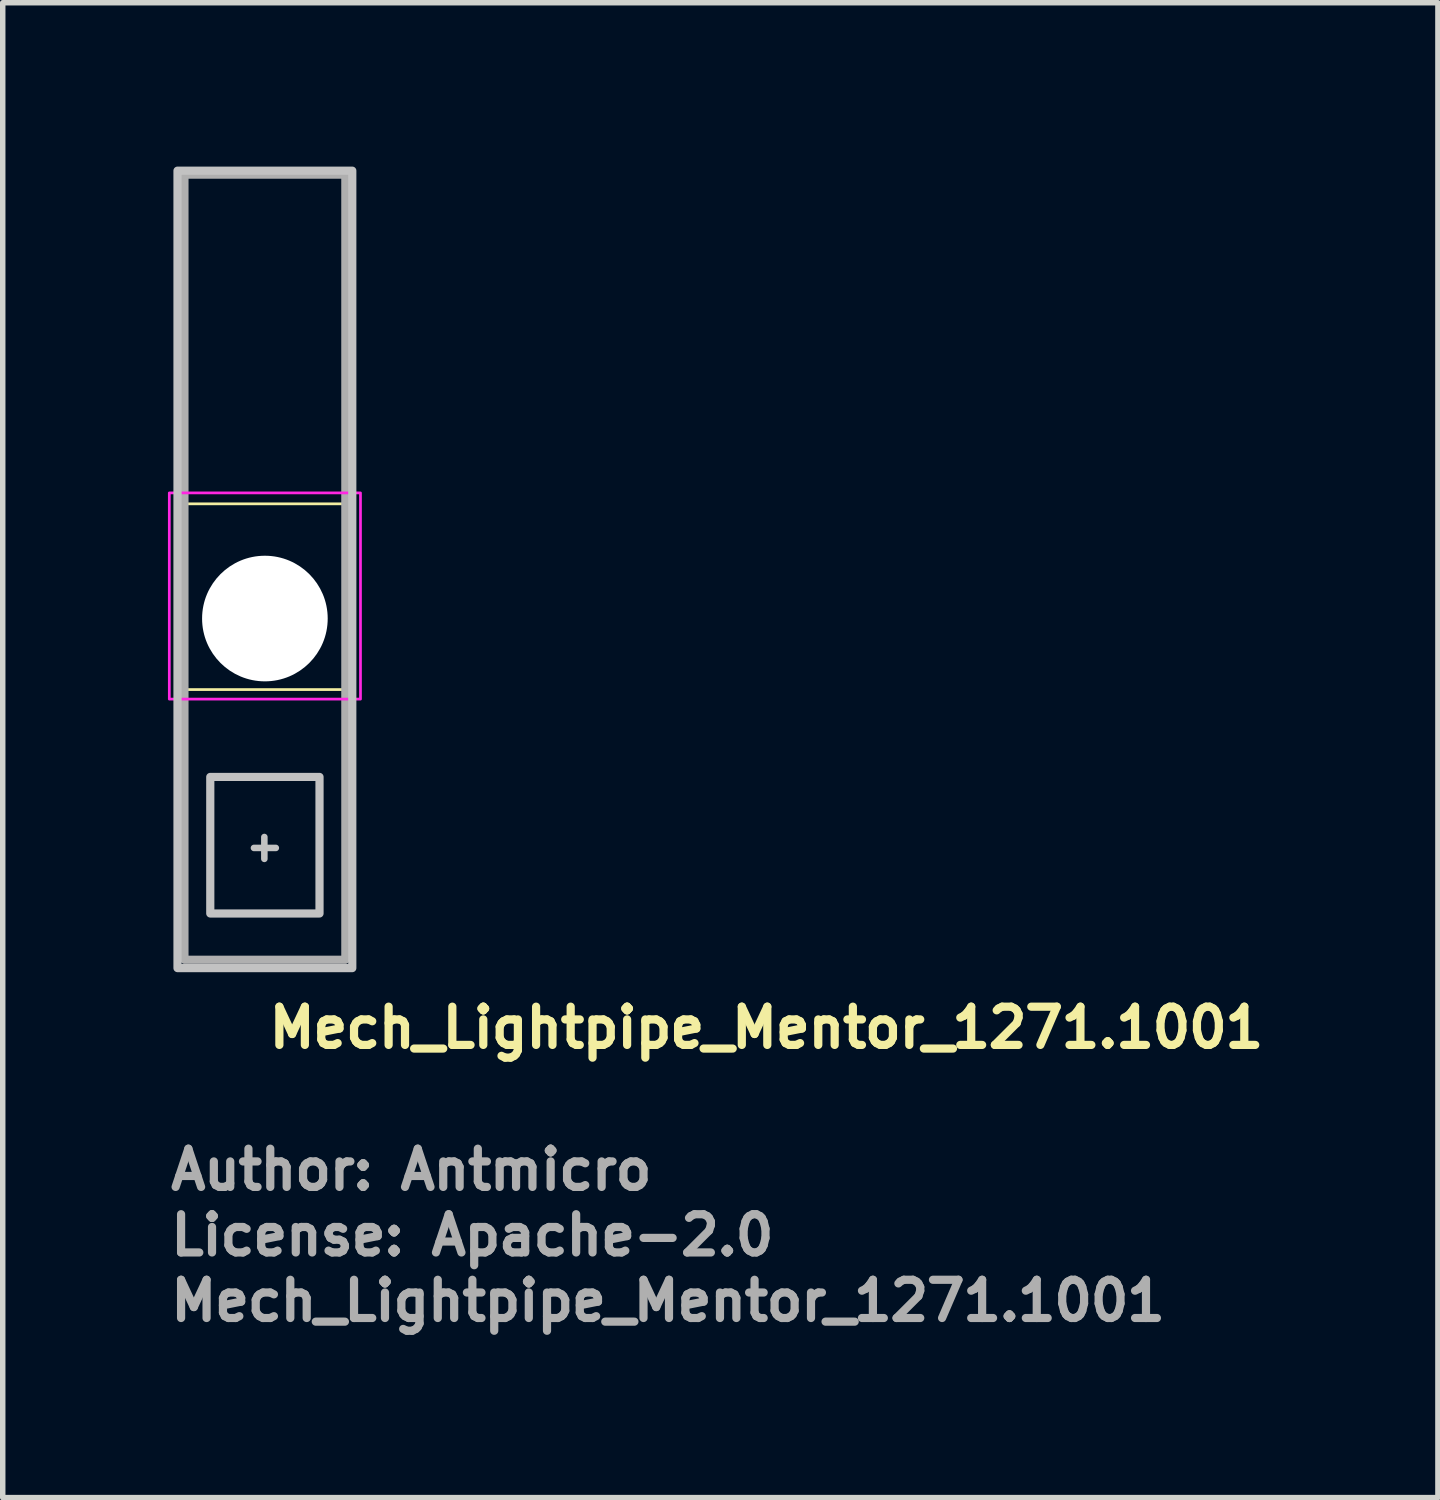
<source format=kicad_pcb>
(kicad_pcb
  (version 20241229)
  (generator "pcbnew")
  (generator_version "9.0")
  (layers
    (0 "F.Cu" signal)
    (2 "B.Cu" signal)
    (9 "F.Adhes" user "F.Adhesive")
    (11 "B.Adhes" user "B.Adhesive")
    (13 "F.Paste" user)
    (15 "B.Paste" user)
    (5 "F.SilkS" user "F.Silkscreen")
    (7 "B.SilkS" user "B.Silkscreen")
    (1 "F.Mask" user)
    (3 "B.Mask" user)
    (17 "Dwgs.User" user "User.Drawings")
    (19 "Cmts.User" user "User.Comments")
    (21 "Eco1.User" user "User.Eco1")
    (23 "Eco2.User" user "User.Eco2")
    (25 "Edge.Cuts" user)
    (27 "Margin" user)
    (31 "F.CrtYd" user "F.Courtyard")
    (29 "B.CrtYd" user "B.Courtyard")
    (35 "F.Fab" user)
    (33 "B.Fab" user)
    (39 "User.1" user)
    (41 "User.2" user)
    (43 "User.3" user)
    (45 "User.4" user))
  (footprint "Mech_Lightpipe_Mentor_1271.1001"
    (layer "F.Cu")
    (at 1.8 8.275)
    (property "Reference" "Mech_Lightpipe_Mentor_1271.1001" (at 0 7.9 0) (unlocked yes) (layer "F.SilkS") (effects (font (size 0.7 0.7) (thickness 0.15)) (justify left bottom)))
    (attr through_hole)
    (fp_rect (start -1.55 -2.1) (end 1.55 1.3) (stroke (width 0.05) (type solid)) (fill no) (layer "F.SilkS"))
    (fp_line (start -0.01 4) (end -0.01 4.4) (stroke (width 0.12) (type solid)) (layer "Dwgs.User"))
    (fp_line (start 0.2 4.2) (end -0.2 4.2) (stroke (width 0.12) (type solid)) (layer "Dwgs.User"))
    (fp_rect (start -1.6 6.4) (end 1.6 -8.2) (stroke (width 0.15) (type solid)) (fill no) (layer "Dwgs.User"))
    (fp_rect (start -1 5.4) (end 1 2.9) (stroke (width 0.15) (type solid)) (fill no) (layer "Dwgs.User"))
    (fp_rect (start -1.75 -2.3) (end 1.75 1.475) (stroke (width 0.05) (type solid)) (fill no) (layer "F.CrtYd"))
    (fp_rect (start -1.473 -8.128) (end 1.473 6.248) (stroke (width 0.15) (type solid)) (fill no) (layer "F.Fab"))
    (fp_rect (start -1.5 -8.09) (end 1.5 6.309) (stroke (width 0.1) (type solid)) (fill no) (layer "User.5"))
    (fp_line (start -1.5 -7.889) (end -1.462 -7.889) (stroke (width 0.02) (type solid)) (layer "User.9"))
    (fp_line (start -1.5 -4.09) (end -1.5 -7.889) (stroke (width 0.02) (type solid)) (layer "User.9"))
    (fp_line (start -1.5 -4.09) (end -1.5 -4.089) (stroke (width 0.02) (type solid)) (layer "User.9"))
    (fp_line (start -1.5 -4.09) (end -1.5 -4.089) (stroke (width 0.02) (type solid)) (layer "User.9"))
    (fp_line (start -1.5 -4.089) (end -1.5 -3.872) (stroke (width 0.02) (type solid)) (layer "User.9"))
    (fp_line (start -1.5 -3.872) (end -1.5 -4.089) (stroke (width 0.02) (type solid)) (layer "User.9"))
    (fp_line (start -1.5 -3.872) (end -1.5 -3.872) (stroke (width 0.02) (type solid)) (layer "User.9"))
    (fp_line (start -1.5 -3.872) (end -1.5 -3.872) (stroke (width 0.02) (type solid)) (layer "User.9"))
    (fp_line (start -1.5 -3.872) (end -1.5 -3.31) (stroke (width 0.02) (type solid)) (layer "User.9"))
    (fp_line (start -1.5 -3.39) (end -1.5 -3.872) (stroke (width 0.02) (type solid)) (layer "User.9"))
    (fp_line (start -1.5 -3.39) (end -1.5 -3.39) (stroke (width 0.02) (type solid)) (layer "User.9"))
    (fp_line (start -1.5 -2.59) (end -1.5 -3.39) (stroke (width 0.02) (type solid)) (layer "User.9"))
    (fp_line (start -1.5 1.26) (end -1.5 -2.59) (stroke (width 0.02) (type solid)) (layer "User.9"))
    (fp_line (start -1.5 3.173) (end -1.5 1.26) (stroke (width 0.02) (type solid)) (layer "User.9"))
    (fp_line (start -1.5 3.173) (end -1.5 3.173) (stroke (width 0.02) (type solid)) (layer "User.9"))
    (fp_line (start -1.5 3.678) (end -1.5 3.173) (stroke (width 0.02) (type solid)) (layer "User.9"))
    (fp_line (start -1.5 3.678) (end -1.5 3.678) (stroke (width 0.02) (type solid)) (layer "User.9"))
    (fp_line (start -1.5 3.92) (end -1.5 3.678) (stroke (width 0.02) (type solid)) (layer "User.9"))
    (fp_line (start -1.5 3.92) (end -1.5 3.92) (stroke (width 0.02) (type solid)) (layer "User.9"))
    (fp_line (start -1.5 4.152) (end -1.5 3.92) (stroke (width 0.02) (type solid)) (layer "User.9"))
    (fp_line (start -1.5 4.152) (end -1.5 4.152) (stroke (width 0.02) (type solid)) (layer "User.9"))
    (fp_line (start -1.5 4.377) (end -1.5 4.152) (stroke (width 0.02) (type solid)) (layer "User.9"))
    (fp_line (start -1.5 4.377) (end -1.5 4.377) (stroke (width 0.02) (type solid)) (layer "User.9"))
    (fp_line (start -1.5 4.591) (end -1.5 4.377) (stroke (width 0.02) (type solid)) (layer "User.9"))
    (fp_line (start -1.5 4.591) (end -1.5 4.591) (stroke (width 0.02) (type solid)) (layer "User.9"))
    (fp_line (start -1.5 4.795) (end -1.5 4.591) (stroke (width 0.02) (type solid)) (layer "User.9"))
    (fp_line (start -1.5 4.795) (end -1.5 6.017) (stroke (width 0.02) (type solid)) (layer "User.9"))
    (fp_line (start -1.5 6.309) (end -1.5 6.017) (stroke (width 0.02) (type solid)) (layer "User.9"))
    (fp_line (start -1.49 -4.09) (end -1.5 -4.09) (stroke (width 0.02) (type solid)) (layer "User.9"))
    (fp_line (start -1.49 -4.09) (end -1.49 -4.09) (stroke (width 0.02) (type solid)) (layer "User.9"))
    (fp_line (start -1.462 -7.889) (end -1.462 -7.889) (stroke (width 0.02) (type solid)) (layer "User.9"))
    (fp_line (start -1.462 -7.889) (end -1.351 -7.889) (stroke (width 0.02) (type solid)) (layer "User.9"))
    (fp_line (start -1.462 -4.09) (end -1.49 -4.09) (stroke (width 0.02) (type solid)) (layer "User.9"))
    (fp_line (start -1.462 -4.09) (end -1.462 -4.09) (stroke (width 0.02) (type solid)) (layer "User.9"))
    (fp_line (start -1.437 -2.696) (end -1.5 -2.59) (stroke (width 0.02) (type solid)) (layer "User.9"))
    (fp_line (start -1.415 -4.09) (end -1.462 -4.09) (stroke (width 0.02) (type solid)) (layer "User.9"))
    (fp_line (start -1.415 -4.09) (end -1.415 -4.09) (stroke (width 0.02) (type solid)) (layer "User.9"))
    (fp_line (start -1.373 -2.801) (end -1.437 -2.696) (stroke (width 0.02) (type solid)) (layer "User.9"))
    (fp_line (start -1.351 -7.889) (end -1.351 -7.889) (stroke (width 0.02) (type solid)) (layer "User.9"))
    (fp_line (start -1.351 -7.889) (end -1.172 -7.889) (stroke (width 0.02) (type solid)) (layer "User.9"))
    (fp_line (start -1.351 -4.09) (end -1.415 -4.09) (stroke (width 0.02) (type solid)) (layer "User.9"))
    (fp_line (start -1.351 -4.09) (end -1.351 -4.09) (stroke (width 0.02) (type solid)) (layer "User.9"))
    (fp_line (start -1.307 -2.906) (end -1.373 -2.801) (stroke (width 0.02) (type solid)) (layer "User.9"))
    (fp_line (start -1.27 -4.09) (end -1.351 -4.09) (stroke (width 0.02) (type solid)) (layer "User.9"))
    (fp_line (start -1.27 -4.09) (end -1.27 -4.09) (stroke (width 0.02) (type solid)) (layer "User.9"))
    (fp_line (start -1.241 -3.009) (end -1.307 -2.906) (stroke (width 0.02) (type solid)) (layer "User.9"))
    (fp_line (start -1.173 -3.113) (end -1.241 -3.009) (stroke (width 0.02) (type solid)) (layer "User.9"))
    (fp_line (start -1.172 -7.889) (end -1.172 -7.889) (stroke (width 0.02) (type solid)) (layer "User.9"))
    (fp_line (start -1.172 -7.889) (end -0.935 -7.889) (stroke (width 0.02) (type solid)) (layer "User.9"))
    (fp_line (start -1.172 -4.09) (end -1.27 -4.09) (stroke (width 0.02) (type solid)) (layer "User.9"))
    (fp_line (start -1.172 -4.09) (end -1.172 -4.09) (stroke (width 0.02) (type solid)) (layer "User.9"))
    (fp_line (start -1.104 -3.214) (end -1.173 -3.113) (stroke (width 0.02) (type solid)) (layer "User.9"))
    (fp_line (start -1.06 -4.09) (end -1.172 -4.09) (stroke (width 0.02) (type solid)) (layer "User.9"))
    (fp_line (start -1.06 -4.09) (end -1.06 -4.09) (stroke (width 0.02) (type solid)) (layer "User.9"))
    (fp_line (start -1.032 -3.314) (end -1.104 -3.214) (stroke (width 0.02) (type solid)) (layer "User.9"))
    (fp_line (start -1 -8.09) (end -1.115 -7.889) (stroke (width 0.02) (type solid)) (layer "User.9"))
    (fp_line (start -0.974 -8.09) (end -1 -8.09) (stroke (width 0.02) (type solid)) (layer "User.9"))
    (fp_line (start -0.974 -8.09) (end -0.974 -8.09) (stroke (width 0.02) (type solid)) (layer "User.9"))
    (fp_line (start -0.959 -3.412) (end -1.032 -3.314) (stroke (width 0.02) (type solid)) (layer "User.9"))
    (fp_line (start -0.959 -3.412) (end -0.959 -3.412) (stroke (width 0.02) (type solid)) (layer "User.9"))
    (fp_line (start -0.935 -7.889) (end -0.935 -7.889) (stroke (width 0.02) (type solid)) (layer "User.9"))
    (fp_line (start -0.935 -7.889) (end -0.65 -7.889) (stroke (width 0.02) (type solid)) (layer "User.9"))
    (fp_line (start -0.935 -4.09) (end -1.06 -4.09) (stroke (width 0.02) (type solid)) (layer "User.9"))
    (fp_line (start -0.935 -4.09) (end -0.935 -4.09) (stroke (width 0.02) (type solid)) (layer "User.9"))
    (fp_line (start -0.906 -3.479) (end -0.959 -3.412) (stroke (width 0.02) (type solid)) (layer "User.9"))
    (fp_line (start -0.9 -8.09) (end -0.974 -8.09) (stroke (width 0.02) (type solid)) (layer "User.9"))
    (fp_line (start -0.9 -8.09) (end -0.9 -8.09) (stroke (width 0.02) (type solid)) (layer "User.9"))
    (fp_line (start -0.853 -3.545) (end -0.906 -3.479) (stroke (width 0.02) (type solid)) (layer "User.9"))
    (fp_line (start -0.798 -4.09) (end -0.935 -4.09) (stroke (width 0.02) (type solid)) (layer "User.9"))
    (fp_line (start -0.798 -4.09) (end -0.798 -4.09) (stroke (width 0.02) (type solid)) (layer "User.9"))
    (fp_line (start -0.797 -3.609) (end -0.853 -3.545) (stroke (width 0.02) (type solid)) (layer "User.9"))
    (fp_line (start -0.781 -8.09) (end -0.9 -8.09) (stroke (width 0.02) (type solid)) (layer "User.9"))
    (fp_line (start -0.781 -8.09) (end -0.781 -8.09) (stroke (width 0.02) (type solid)) (layer "User.9"))
    (fp_line (start -0.74 -3.672) (end -0.797 -3.609) (stroke (width 0.02) (type solid)) (layer "User.9"))
    (fp_line (start -0.711 -3.702) (end -0.74 -3.672) (stroke (width 0.02) (type solid)) (layer "User.9"))
    (fp_line (start -0.682 -3.732) (end -0.711 -3.702) (stroke (width 0.02) (type solid)) (layer "User.9"))
    (fp_line (start -0.652 -3.762) (end -0.682 -3.732) (stroke (width 0.02) (type solid)) (layer "User.9"))
    (fp_line (start -0.65 -7.889) (end -0.65 -7.889) (stroke (width 0.02) (type solid)) (layer "User.9"))
    (fp_line (start -0.65 -7.889) (end -0.333 -7.889) (stroke (width 0.02) (type solid)) (layer "User.9"))
    (fp_line (start -0.65 -4.09) (end -0.798 -4.09) (stroke (width 0.02) (type solid)) (layer "User.9"))
    (fp_line (start -0.65 -4.09) (end -0.65 -4.09) (stroke (width 0.02) (type solid)) (layer "User.9"))
    (fp_line (start -0.623 -8.09) (end -0.781 -8.09) (stroke (width 0.02) (type solid)) (layer "User.9"))
    (fp_line (start -0.623 -8.09) (end -0.623 -8.09) (stroke (width 0.02) (type solid)) (layer "User.9"))
    (fp_line (start -0.622 -3.79) (end -0.652 -3.762) (stroke (width 0.02) (type solid)) (layer "User.9"))
    (fp_line (start -0.591 -3.818) (end -0.622 -3.79) (stroke (width 0.02) (type solid)) (layer "User.9"))
    (fp_line (start -0.559 -3.845) (end -0.591 -3.818) (stroke (width 0.02) (type solid)) (layer "User.9"))
    (fp_line (start -0.527 -3.872) (end -0.559 -3.845) (stroke (width 0.02) (type solid)) (layer "User.9"))
    (fp_line (start -0.495 -4.09) (end -0.65 -4.09) (stroke (width 0.02) (type solid)) (layer "User.9"))
    (fp_line (start -0.495 -4.09) (end -0.495 -4.09) (stroke (width 0.02) (type solid)) (layer "User.9"))
    (fp_line (start -0.495 -3.896) (end -0.527 -3.872) (stroke (width 0.02) (type solid)) (layer "User.9"))
    (fp_line (start -0.495 -3.896) (end -0.495 -3.896) (stroke (width 0.02) (type solid)) (layer "User.9"))
    (fp_line (start -0.467 -3.918) (end -0.495 -3.896) (stroke (width 0.02) (type solid)) (layer "User.9"))
    (fp_line (start -0.439 -3.938) (end -0.467 -3.918) (stroke (width 0.02) (type solid)) (layer "User.9"))
    (fp_line (start -0.433 -8.09) (end -0.623 -8.09) (stroke (width 0.02) (type solid)) (layer "User.9"))
    (fp_line (start -0.433 -8.09) (end -0.433 -8.09) (stroke (width 0.02) (type solid)) (layer "User.9"))
    (fp_line (start -0.409 -3.956) (end -0.439 -3.938) (stroke (width 0.02) (type solid)) (layer "User.9"))
    (fp_line (start -0.38 -3.975) (end -0.409 -3.956) (stroke (width 0.02) (type solid)) (layer "User.9"))
    (fp_line (start -0.349 -3.992) (end -0.38 -3.975) (stroke (width 0.02) (type solid)) (layer "User.9"))
    (fp_line (start -0.333 -7.889) (end -0.333 -7.889) (stroke (width 0.02) (type solid)) (layer "User.9"))
    (fp_line (start -0.333 -7.889) (end 0 -7.889) (stroke (width 0.02) (type solid)) (layer "User.9"))
    (fp_line (start -0.32 -4.008) (end -0.349 -3.992) (stroke (width 0.02) (type solid)) (layer "User.9"))
    (fp_line (start -0.289 -4.022) (end -0.32 -4.008) (stroke (width 0.02) (type solid)) (layer "User.9"))
    (fp_line (start -0.258 -4.035) (end -0.289 -4.022) (stroke (width 0.02) (type solid)) (layer "User.9"))
    (fp_line (start -0.227 -4.048) (end -0.258 -4.035) (stroke (width 0.02) (type solid)) (layer "User.9"))
    (fp_line (start -0.222 -8.09) (end -0.433 -8.09) (stroke (width 0.02) (type solid)) (layer "User.9"))
    (fp_line (start -0.222 -8.09) (end -0.222 -8.09) (stroke (width 0.02) (type solid)) (layer "User.9"))
    (fp_line (start -0.195 -4.059) (end -0.227 -4.048) (stroke (width 0.02) (type solid)) (layer "User.9"))
    (fp_line (start -0.163 -4.067) (end -0.195 -4.059) (stroke (width 0.02) (type solid)) (layer "User.9"))
    (fp_line (start -0.131 -4.075) (end -0.163 -4.067) (stroke (width 0.02) (type solid)) (layer "User.9"))
    (fp_line (start -0.098 -4.081) (end -0.131 -4.075) (stroke (width 0.02) (type solid)) (layer "User.9"))
    (fp_line (start -0.065 -4.086) (end -0.098 -4.081) (stroke (width 0.02) (type solid)) (layer "User.9"))
    (fp_line (start -0.033 -4.089) (end -0.065 -4.086) (stroke (width 0.02) (type solid)) (layer "User.9"))
    (fp_line (start 0 -8.09) (end -0.222 -8.09) (stroke (width 0.02) (type solid)) (layer "User.9"))
    (fp_line (start 0 -8.09) (end 0 -8.09) (stroke (width 0.02) (type solid)) (layer "User.9"))
    (fp_line (start 0 -7.889) (end 0 -7.889) (stroke (width 0.02) (type solid)) (layer "User.9"))
    (fp_line (start 0 -7.889) (end 0.333 -7.889) (stroke (width 0.02) (type solid)) (layer "User.9"))
    (fp_line (start 0 -4.09) (end -0.495 -4.09) (stroke (width 0.02) (type solid)) (layer "User.9"))
    (fp_line (start 0 -4.089) (end -0.033 -4.089) (stroke (width 0.02) (type solid)) (layer "User.9"))
    (fp_line (start 0.028 -4.089) (end 0 -4.089) (stroke (width 0.02) (type solid)) (layer "User.9"))
    (fp_line (start 0.057 -4.086) (end 0.028 -4.089) (stroke (width 0.02) (type solid)) (layer "User.9"))
    (fp_line (start 0.085 -4.083) (end 0.057 -4.086) (stroke (width 0.02) (type solid)) (layer "User.9"))
    (fp_line (start 0.115 -4.078) (end 0.085 -4.083) (stroke (width 0.02) (type solid)) (layer "User.9"))
    (fp_line (start 0.142 -4.073) (end 0.115 -4.078) (stroke (width 0.02) (type solid)) (layer "User.9"))
    (fp_line (start 0.171 -4.065) (end 0.142 -4.073) (stroke (width 0.02) (type solid)) (layer "User.9"))
    (fp_line (start 0.199 -4.057) (end 0.171 -4.065) (stroke (width 0.02) (type solid)) (layer "User.9"))
    (fp_line (start 0.222 -8.09) (end 0 -8.09) (stroke (width 0.02) (type solid)) (layer "User.9"))
    (fp_line (start 0.222 -8.09) (end 0.222 -8.09) (stroke (width 0.02) (type solid)) (layer "User.9"))
    (fp_line (start 0.227 -4.048) (end 0.199 -4.057) (stroke (width 0.02) (type solid)) (layer "User.9"))
    (fp_line (start 0.255 -4.037) (end 0.227 -4.048) (stroke (width 0.02) (type solid)) (layer "User.9"))
    (fp_line (start 0.281 -4.025) (end 0.255 -4.037) (stroke (width 0.02) (type solid)) (layer "User.9"))
    (fp_line (start 0.309 -4.013) (end 0.281 -4.025) (stroke (width 0.02) (type solid)) (layer "User.9"))
    (fp_line (start 0.333 -7.889) (end 0.333 -7.889) (stroke (width 0.02) (type solid)) (layer "User.9"))
    (fp_line (start 0.333 -7.889) (end 0.65 -7.889) (stroke (width 0.02) (type solid)) (layer "User.9"))
    (fp_line (start 0.336 -3.999) (end 0.309 -4.013) (stroke (width 0.02) (type solid)) (layer "User.9"))
    (fp_line (start 0.363 -3.985) (end 0.336 -3.999) (stroke (width 0.02) (type solid)) (layer "User.9"))
    (fp_line (start 0.389 -3.97) (end 0.363 -3.985) (stroke (width 0.02) (type solid)) (layer "User.9"))
    (fp_line (start 0.413 -3.954) (end 0.389 -3.97) (stroke (width 0.02) (type solid)) (layer "User.9"))
    (fp_line (start 0.422 -4.09) (end 0 -4.09) (stroke (width 0.02) (type solid)) (layer "User.9"))
    (fp_line (start 0.433 -8.09) (end 0.222 -8.09) (stroke (width 0.02) (type solid)) (layer "User.9"))
    (fp_line (start 0.433 -8.09) (end 0.433 -8.09) (stroke (width 0.02) (type solid)) (layer "User.9"))
    (fp_line (start 0.44 -3.936) (end 0.413 -3.954) (stroke (width 0.02) (type solid)) (layer "User.9"))
    (fp_line (start 0.44 -3.936) (end 0.473 -3.912) (stroke (width 0.02) (type solid)) (layer "User.9"))
    (fp_line (start 0.473 -3.912) (end 0.508 -3.887) (stroke (width 0.02) (type solid)) (layer "User.9"))
    (fp_line (start 0.508 -3.887) (end 0.541 -3.86) (stroke (width 0.02) (type solid)) (layer "User.9"))
    (fp_line (start 0.541 -3.86) (end 0.573 -3.833) (stroke (width 0.02) (type solid)) (layer "User.9"))
    (fp_line (start 0.573 -3.833) (end 0.606 -3.803) (stroke (width 0.02) (type solid)) (layer "User.9"))
    (fp_line (start 0.606 -3.803) (end 0.638 -3.775) (stroke (width 0.02) (type solid)) (layer "User.9"))
    (fp_line (start 0.623 -8.09) (end 0.433 -8.09) (stroke (width 0.02) (type solid)) (layer "User.9"))
    (fp_line (start 0.623 -8.09) (end 0.623 -8.09) (stroke (width 0.02) (type solid)) (layer "User.9"))
    (fp_line (start 0.638 -3.775) (end 0.669 -3.745) (stroke (width 0.02) (type solid)) (layer "User.9"))
    (fp_line (start 0.65 -7.889) (end 0.65 -7.889) (stroke (width 0.02) (type solid)) (layer "User.9"))
    (fp_line (start 0.65 -7.889) (end 0.935 -7.889) (stroke (width 0.02) (type solid)) (layer "User.9"))
    (fp_line (start 0.669 -3.745) (end 0.699 -3.714) (stroke (width 0.02) (type solid)) (layer "User.9"))
    (fp_line (start 0.678 -4.09) (end 0.422 -4.09) (stroke (width 0.02) (type solid)) (layer "User.9"))
    (fp_line (start 0.678 -4.09) (end 0.678 -4.09) (stroke (width 0.02) (type solid)) (layer "User.9"))
    (fp_line (start 0.699 -3.714) (end 0.73 -3.682) (stroke (width 0.02) (type solid)) (layer "User.9"))
    (fp_line (start 0.73 -3.682) (end 0.76 -3.65) (stroke (width 0.02) (type solid)) (layer "User.9"))
    (fp_line (start 0.76 -3.65) (end 0.817 -3.585) (stroke (width 0.02) (type solid)) (layer "User.9"))
    (fp_line (start 0.781 -8.09) (end 0.623 -8.09) (stroke (width 0.02) (type solid)) (layer "User.9"))
    (fp_line (start 0.781 -8.09) (end 0.781 -8.09) (stroke (width 0.02) (type solid)) (layer "User.9"))
    (fp_line (start 0.817 -3.585) (end 0.875 -3.517) (stroke (width 0.02) (type solid)) (layer "User.9"))
    (fp_line (start 0.875 -3.517) (end 0.93 -3.448) (stroke (width 0.02) (type solid)) (layer "User.9"))
    (fp_line (start 0.9 -8.09) (end 0.781 -8.09) (stroke (width 0.02) (type solid)) (layer "User.9"))
    (fp_line (start 0.9 -8.09) (end 0.9 -8.09) (stroke (width 0.02) (type solid)) (layer "User.9"))
    (fp_line (start 0.91 -4.09) (end 0.678 -4.09) (stroke (width 0.02) (type solid)) (layer "User.9"))
    (fp_line (start 0.91 -4.09) (end 0.91 -4.09) (stroke (width 0.02) (type solid)) (layer "User.9"))
    (fp_line (start 0.93 -3.448) (end 0.93 -3.448) (stroke (width 0.02) (type solid)) (layer "User.9"))
    (fp_line (start 0.93 -3.448) (end 1.008 -3.347) (stroke (width 0.02) (type solid)) (layer "User.9"))
    (fp_line (start 0.935 -7.889) (end 0.935 -7.889) (stroke (width 0.02) (type solid)) (layer "User.9"))
    (fp_line (start 0.935 -7.889) (end 1.172 -7.889) (stroke (width 0.02) (type solid)) (layer "User.9"))
    (fp_line (start 0.974 -8.09) (end 0.9 -8.09) (stroke (width 0.02) (type solid)) (layer "User.9"))
    (fp_line (start 0.974 -8.09) (end 0.974 -8.09) (stroke (width 0.02) (type solid)) (layer "User.9"))
    (fp_line (start 1 -8.09) (end 0.974 -8.09) (stroke (width 0.02) (type solid)) (layer "User.9"))
    (fp_line (start 1 -8.09) (end 1.115 -7.889) (stroke (width 0.02) (type solid)) (layer "User.9"))
    (fp_line (start 1.008 -3.347) (end 1.083 -3.243) (stroke (width 0.02) (type solid)) (layer "User.9"))
    (fp_line (start 1.016 -4.09) (end 0.91 -4.09) (stroke (width 0.02) (type solid)) (layer "User.9"))
    (fp_line (start 1.016 -4.09) (end 1.016 -4.09) (stroke (width 0.02) (type solid)) (layer "User.9"))
    (fp_line (start 1.083 -3.243) (end 1.157 -3.137) (stroke (width 0.02) (type solid)) (layer "User.9"))
    (fp_line (start 1.113 -4.09) (end 1.016 -4.09) (stroke (width 0.02) (type solid)) (layer "User.9"))
    (fp_line (start 1.113 -4.09) (end 1.113 -4.09) (stroke (width 0.02) (type solid)) (layer "User.9"))
    (fp_line (start 1.157 -3.137) (end 1.228 -3.029) (stroke (width 0.02) (type solid)) (layer "User.9"))
    (fp_line (start 1.172 -7.889) (end 1.172 -7.889) (stroke (width 0.02) (type solid)) (layer "User.9"))
    (fp_line (start 1.172 -7.889) (end 1.351 -7.889) (stroke (width 0.02) (type solid)) (layer "User.9"))
    (fp_line (start 1.2 -4.09) (end 1.113 -4.09) (stroke (width 0.02) (type solid)) (layer "User.9"))
    (fp_line (start 1.2 -4.09) (end 1.2 -4.09) (stroke (width 0.02) (type solid)) (layer "User.9"))
    (fp_line (start 1.228 -3.029) (end 1.298 -2.92) (stroke (width 0.02) (type solid)) (layer "User.9"))
    (fp_line (start 1.278 -4.09) (end 1.2 -4.09) (stroke (width 0.02) (type solid)) (layer "User.9"))
    (fp_line (start 1.278 -4.09) (end 1.278 -4.09) (stroke (width 0.02) (type solid)) (layer "User.9"))
    (fp_line (start 1.298 -2.92) (end 1.366 -2.811) (stroke (width 0.02) (type solid)) (layer "User.9"))
    (fp_line (start 1.344 -4.09) (end 1.278 -4.09) (stroke (width 0.02) (type solid)) (layer "User.9"))
    (fp_line (start 1.344 -4.09) (end 1.344 -4.09) (stroke (width 0.02) (type solid)) (layer "User.9"))
    (fp_line (start 1.351 -7.889) (end 1.351 -7.889) (stroke (width 0.02) (type solid)) (layer "User.9"))
    (fp_line (start 1.351 -7.889) (end 1.462 -7.889) (stroke (width 0.02) (type solid)) (layer "User.9"))
    (fp_line (start 1.366 -2.811) (end 1.433 -2.701) (stroke (width 0.02) (type solid)) (layer "User.9"))
    (fp_line (start 1.399 -4.09) (end 1.344 -4.09) (stroke (width 0.02) (type solid)) (layer "User.9"))
    (fp_line (start 1.399 -4.09) (end 1.399 -4.09) (stroke (width 0.02) (type solid)) (layer "User.9"))
    (fp_line (start 1.433 -2.701) (end 1.5 -2.59) (stroke (width 0.02) (type solid)) (layer "User.9"))
    (fp_line (start 1.443 -4.09) (end 1.399 -4.09) (stroke (width 0.02) (type solid)) (layer "User.9"))
    (fp_line (start 1.443 -4.09) (end 1.443 -4.09) (stroke (width 0.02) (type solid)) (layer "User.9"))
    (fp_line (start 1.462 -7.889) (end 1.462 -7.889) (stroke (width 0.02) (type solid)) (layer "User.9"))
    (fp_line (start 1.462 -7.889) (end 1.5 -7.889) (stroke (width 0.02) (type solid)) (layer "User.9"))
    (fp_line (start 1.474 -4.09) (end 1.443 -4.09) (stroke (width 0.02) (type solid)) (layer "User.9"))
    (fp_line (start 1.474 -4.09) (end 1.474 -4.09) (stroke (width 0.02) (type solid)) (layer "User.9"))
    (fp_line (start 1.493 -4.09) (end 1.474 -4.09) (stroke (width 0.02) (type solid)) (layer "User.9"))
    (fp_line (start 1.493 -4.09) (end 1.493 -4.09) (stroke (width 0.02) (type solid)) (layer "User.9"))
    (fp_line (start 1.5 -4.09) (end 1.493 -4.09) (stroke (width 0.02) (type solid)) (layer "User.9"))
    (fp_line (start 1.5 -4.09) (end 1.5 -4.089) (stroke (width 0.02) (type solid)) (layer "User.9"))
    (fp_line (start 1.5 -4.089) (end 1.5 -7.889) (stroke (width 0.02) (type solid)) (layer "User.9"))
    (fp_line (start 1.5 -3.872) (end 1.5 -4.089) (stroke (width 0.02) (type solid)) (layer "User.9"))
    (fp_line (start 1.5 -3.872) (end 1.5 -3.872) (stroke (width 0.02) (type solid)) (layer "User.9"))
    (fp_line (start 1.5 -3.39) (end 1.5 -3.872) (stroke (width 0.02) (type solid)) (layer "User.9"))
    (fp_line (start 1.5 -3.39) (end 1.5 -3.39) (stroke (width 0.02) (type solid)) (layer "User.9"))
    (fp_line (start 1.5 -2.59) (end 1.5 -3.39) (stroke (width 0.02) (type solid)) (layer "User.9"))
    (fp_line (start 1.5 1.26) (end 1.5 -2.59) (stroke (width 0.02) (type solid)) (layer "User.9"))
    (fp_line (start 1.5 3.173) (end 1.5 1.26) (stroke (width 0.02) (type solid)) (layer "User.9"))
    (fp_line (start 1.5 3.173) (end 1.5 3.173) (stroke (width 0.02) (type solid)) (layer "User.9"))
    (fp_line (start 1.5 3.678) (end 1.5 3.173) (stroke (width 0.02) (type solid)) (layer "User.9"))
    (fp_line (start 1.5 3.678) (end 1.5 3.678) (stroke (width 0.02) (type solid)) (layer "User.9"))
    (fp_line (start 1.5 3.92) (end 1.5 3.678) (stroke (width 0.02) (type solid)) (layer "User.9"))
    (fp_line (start 1.5 3.92) (end 1.5 3.92) (stroke (width 0.02) (type solid)) (layer "User.9"))
    (fp_line (start 1.5 4.152) (end 1.5 3.92) (stroke (width 0.02) (type solid)) (layer "User.9"))
    (fp_line (start 1.5 4.152) (end 1.5 4.152) (stroke (width 0.02) (type solid)) (layer "User.9"))
    (fp_line (start 1.5 4.377) (end 1.5 4.152) (stroke (width 0.02) (type solid)) (layer "User.9"))
    (fp_line (start 1.5 4.377) (end 1.5 4.377) (stroke (width 0.02) (type solid)) (layer "User.9"))
    (fp_line (start 1.5 4.591) (end 1.5 4.377) (stroke (width 0.02) (type solid)) (layer "User.9"))
    (fp_line (start 1.5 4.591) (end 1.5 4.591) (stroke (width 0.02) (type solid)) (layer "User.9"))
    (fp_line (start 1.5 4.795) (end 1.5 4.591) (stroke (width 0.02) (type solid)) (layer "User.9"))
    (fp_line (start 1.5 4.795) (end 1.5 6.017) (stroke (width 0.02) (type solid)) (layer "User.9"))
    (fp_line (start 1.5 6.309) (end -1.5 6.309) (stroke (width 0.02) (type solid)) (layer "User.9"))
    (fp_line (start 1.5 6.309) (end 1.5 6.017) (stroke (width 0.02) (type solid)) (layer "User.9"))
    (fp_text user "License: Apache-2.0" (at -1.8 11.7 0) (layer "F.Fab") (effects (font (size 0.7 0.7) (thickness 0.15)) (justify left bottom)))
    (fp_text user "Author: Antmicro" (at -1.8 10.5 0) (layer "F.Fab") (effects (font (size 0.7 0.7) (thickness 0.15)) (justify left bottom)))
    (fp_text user "${REFERENCE}" (at -1.8 12.9 0) (layer "F.Fab") (effects (font (size 0.7 0.7) (thickness 0.15)) (justify left bottom)))
    (pad "" np_thru_hole circle (at 0 0) (size 2.3 2.3) (drill 2.3) (layers "*.Cu" "*.Mask")))
  (gr_rect
    (start -3 -3)
    (end 23.277 24.37)
    (stroke (width 0.1) (type default))
    (fill no)
    (layer "Edge.Cuts")))
</source>
